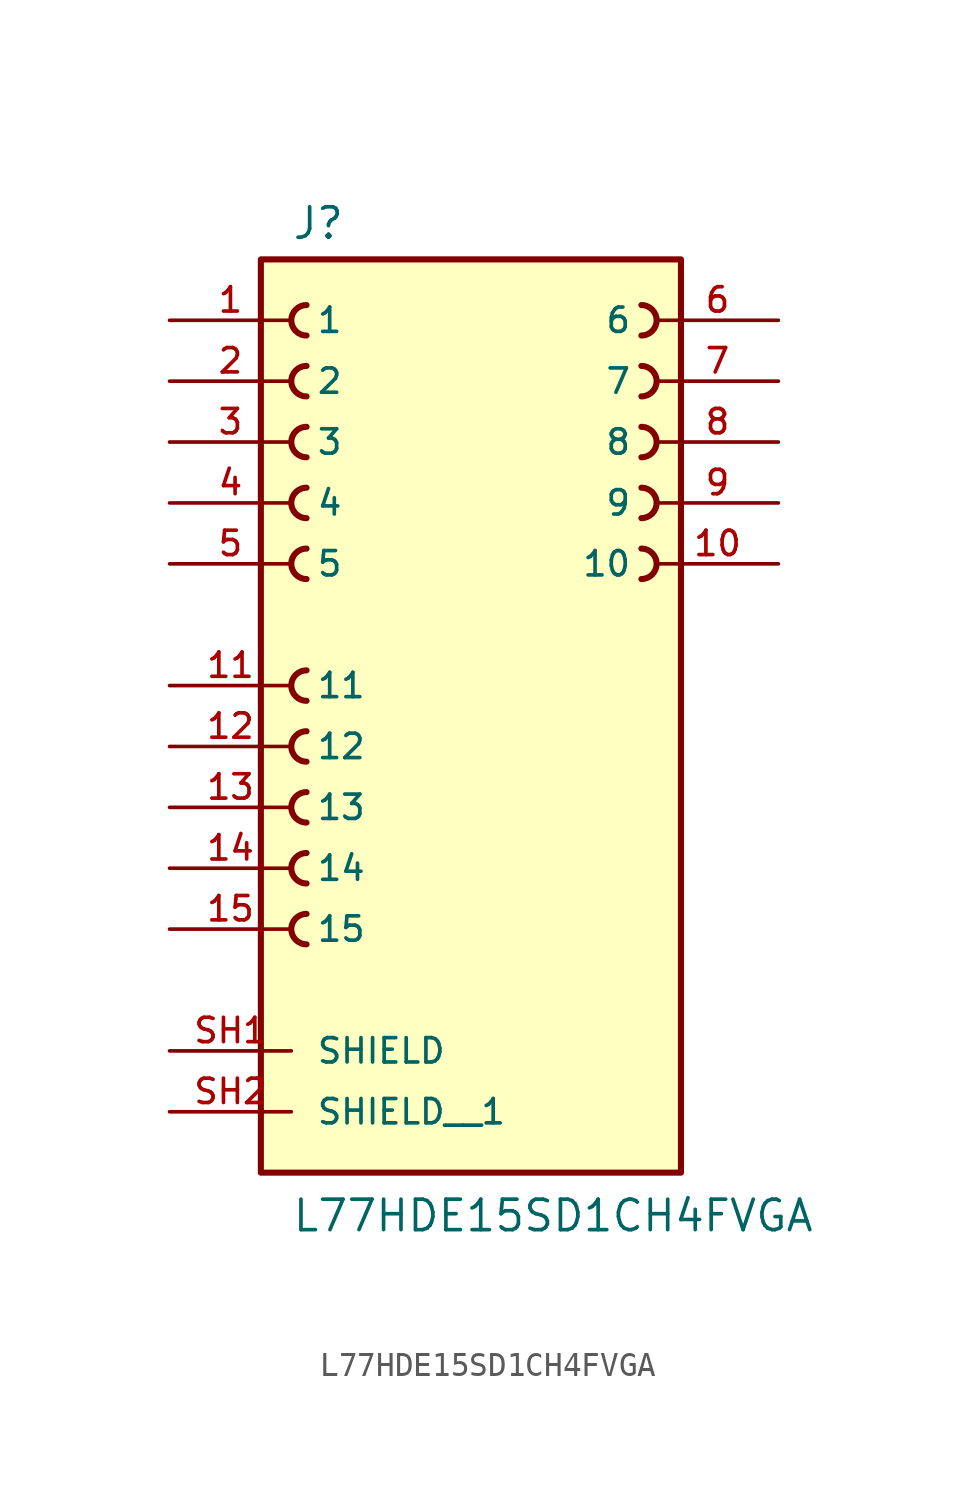
<source format=kicad_sym>
(kicad_symbol_lib
  (version 20211014)
  (generator kicad_symbol_editor)
  (symbol "L77HDE15SD1CH4FVGA"
    (pin_names
      (offset 1.016))
    (property "Reference" "J"
      (at -7.62 18.542 0)
      (effects (font (size 1.27 1.27)) (justify bottom left)))
    (property "Value" "L77HDE15SD1CH4FVGA"
      (at -7.62 -22.86 0)
      (effects (font (size 1.27 1.27)) (justify bottom left)))
    (symbol "L77HDE15SD1CH4FVGA_0_0"
      (arc (start 6.985 14.605) (mid 7.62 15.24) (end 6.985 15.875) (stroke (width 0.254) (type default) (color 0 0 0 0)) (fill (type none)))
      (arc (start 6.985 12.065) (mid 7.62 12.7) (end 6.985 13.335) (stroke (width 0.254) (type default) (color 0 0 0 0)) (fill (type none)))
      (arc (start 6.985 9.525) (mid 7.62 10.16) (end 6.985 10.795) (stroke (width 0.254) (type default) (color 0 0 0 0)) (fill (type none)))
      (arc (start 6.985 6.985) (mid 7.62 7.62) (end 6.985 8.255) (stroke (width 0.254) (type default) (color 0 0 0 0)) (fill (type none)))
      (arc (start 6.985 4.445) (mid 7.62 5.08) (end 6.985 5.715) (stroke (width 0.254) (type default) (color 0 0 0 0)) (fill (type none)))
      (arc (start -6.985 14.605) (mid -7.62 15.24) (end -6.985 15.875) (stroke (width 0.254) (type default) (color 0 0 0 0)) (fill (type none)))
      (arc (start -6.985 12.065) (mid -7.62 12.7) (end -6.985 13.335) (stroke (width 0.254) (type default) (color 0 0 0 0)) (fill (type none)))
      (arc (start -6.985 9.525) (mid -7.62 10.16) (end -6.985 10.795) (stroke (width 0.254) (type default) (color 0 0 0 0)) (fill (type none)))
      (arc (start -6.985 6.985) (mid -7.62 7.62) (end -6.985 8.255) (stroke (width 0.254) (type default) (color 0 0 0 0)) (fill (type none)))
      (arc (start -6.985 4.445) (mid -7.62 5.08) (end -6.985 5.715) (stroke (width 0.254) (type default) (color 0 0 0 0)) (fill (type none)))
      (arc (start -6.985 -0.635) (mid -7.62 0.0) (end -6.985 0.635) (stroke (width 0.254) (type default) (color 0 0 0 0)) (fill (type none)))
      (arc (start -6.985 -3.175) (mid -7.62 -2.54) (end -6.985 -1.905) (stroke (width 0.254) (type default) (color 0 0 0 0)) (fill (type none)))
      (arc (start -6.985 -5.715) (mid -7.62 -5.08) (end -6.985 -4.445) (stroke (width 0.254) (type default) (color 0 0 0 0)) (fill (type none)))
      (arc (start -6.985 -8.255) (mid -7.62 -7.62) (end -6.985 -6.985) (stroke (width 0.254) (type default) (color 0 0 0 0)) (fill (type none)))
      (arc (start -6.985 -10.795) (mid -7.62 -10.16) (end -6.985 -9.525) (stroke (width 0.254) (type default) (color 0 0 0 0)) (fill (type none)))
      (rectangle (start -8.89 -20.32) (end 8.636 17.78) (stroke (width 0.254)) (fill (type background)))
      (pin passive line (at -12.7 15.24 0) (length 5.08) (name "1" (effects (font (size 1.016 1.016)))) (number "1" (effects (font (size 1.016 1.016)))))
      (pin passive line (at -12.7 12.7 0) (length 5.08) (name "2" (effects (font (size 1.016 1.016)))) (number "2" (effects (font (size 1.016 1.016)))))
      (pin passive line (at -12.7 10.16 0) (length 5.08) (name "3" (effects (font (size 1.016 1.016)))) (number "3" (effects (font (size 1.016 1.016)))))
      (pin passive line (at -12.7 7.62 0) (length 5.08) (name "4" (effects (font (size 1.016 1.016)))) (number "4" (effects (font (size 1.016 1.016)))))
      (pin passive line (at -12.7 5.08 0) (length 5.08) (name "5" (effects (font (size 1.016 1.016)))) (number "5" (effects (font (size 1.016 1.016)))))
      (pin passive line (at -12.7 -15.24 0) (length 5.08) (name "SHIELD" (effects (font (size 1.016 1.016)))) (number "SH1" (effects (font (size 1.016 1.016)))))
      (pin passive line (at 12.7 15.24 180.0) (length 5.08) (name "6" (effects (font (size 1.016 1.016)))) (number "6" (effects (font (size 1.016 1.016)))))
      (pin passive line (at 12.7 12.7 180.0) (length 5.08) (name "7" (effects (font (size 1.016 1.016)))) (number "7" (effects (font (size 1.016 1.016)))))
      (pin passive line (at 12.7 10.16 180.0) (length 5.08) (name "8" (effects (font (size 1.016 1.016)))) (number "8" (effects (font (size 1.016 1.016)))))
      (pin passive line (at 12.7 7.62 180.0) (length 5.08) (name "9" (effects (font (size 1.016 1.016)))) (number "9" (effects (font (size 1.016 1.016)))))
      (pin passive line (at 12.7 5.08 180.0) (length 5.08) (name "10" (effects (font (size 1.016 1.016)))) (number "10" (effects (font (size 1.016 1.016)))))
      (pin passive line (at -12.7 0.0 0) (length 5.08) (name "11" (effects (font (size 1.016 1.016)))) (number "11" (effects (font (size 1.016 1.016)))))
      (pin passive line (at -12.7 -2.54 0) (length 5.08) (name "12" (effects (font (size 1.016 1.016)))) (number "12" (effects (font (size 1.016 1.016)))))
      (pin passive line (at -12.7 -5.08 0) (length 5.08) (name "13" (effects (font (size 1.016 1.016)))) (number "13" (effects (font (size 1.016 1.016)))))
      (pin passive line (at -12.7 -7.62 0) (length 5.08) (name "14" (effects (font (size 1.016 1.016)))) (number "14" (effects (font (size 1.016 1.016)))))
      (pin passive line (at -12.7 -10.16 0) (length 5.08) (name "15" (effects (font (size 1.016 1.016)))) (number "15" (effects (font (size 1.016 1.016)))))
      (pin passive line (at -12.7 -17.78 0) (length 5.08) (name "SHIELD__1" (effects (font (size 1.016 1.016)))) (number "SH2" (effects (font (size 1.016 1.016))))))))
</source>
